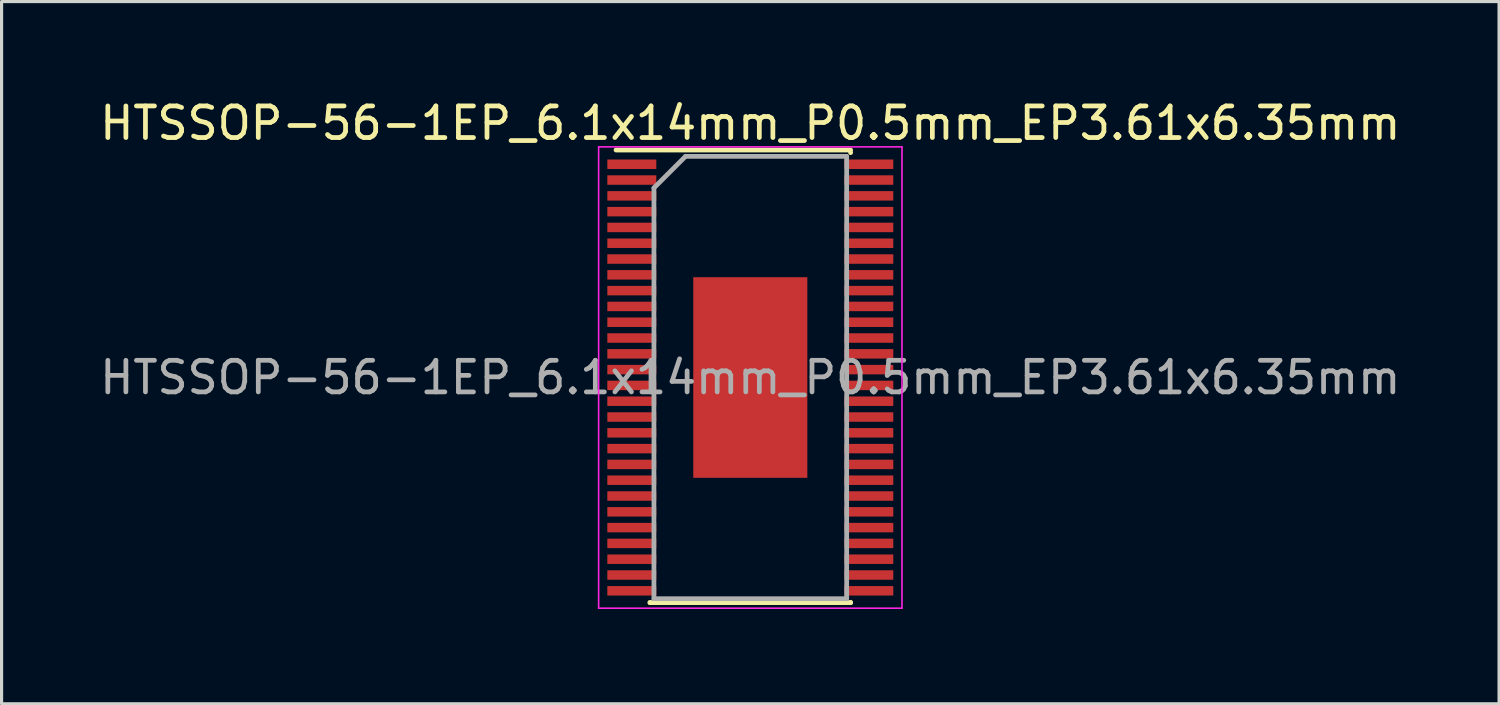
<source format=kicad_pcb>
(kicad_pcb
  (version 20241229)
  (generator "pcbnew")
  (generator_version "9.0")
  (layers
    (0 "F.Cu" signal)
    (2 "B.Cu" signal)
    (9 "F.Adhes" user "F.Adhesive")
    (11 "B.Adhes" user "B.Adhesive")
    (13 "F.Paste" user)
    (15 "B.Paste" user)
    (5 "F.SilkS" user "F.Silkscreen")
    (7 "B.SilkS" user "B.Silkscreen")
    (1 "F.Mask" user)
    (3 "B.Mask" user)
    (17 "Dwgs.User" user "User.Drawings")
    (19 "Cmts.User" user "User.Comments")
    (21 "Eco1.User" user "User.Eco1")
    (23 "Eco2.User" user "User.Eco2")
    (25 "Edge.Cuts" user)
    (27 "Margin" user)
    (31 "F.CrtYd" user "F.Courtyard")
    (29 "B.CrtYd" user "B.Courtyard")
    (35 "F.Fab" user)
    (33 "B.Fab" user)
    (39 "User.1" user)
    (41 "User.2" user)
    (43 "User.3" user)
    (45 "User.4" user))
  (footprint "HTSSOP-56-1EP_6.1x14mm_P0.5mm_EP3.61x6.35mm"
    (layer "F.Cu")
    (at 20.696 8.898)
    (property "Reference" "HTSSOP-56-1EP_6.1x14mm_P0.5mm_EP3.61x6.35mm" (at 0 -8.05 0) (layer "F.SilkS") (effects (font (size 1 1) (thickness 0.15))))
    (attr smd)
    (fp_line (start -4.25 -7.2) (end 3.175 -7.2) (stroke (width 0.15) (type solid)) (layer "F.SilkS"))
    (fp_line (start -3.175 7.125) (end -3.175 7.117) (stroke (width 0.15) (type solid)) (layer "F.SilkS"))
    (fp_line (start -3.175 7.125) (end 3.175 7.125) (stroke (width 0.15) (type solid)) (layer "F.SilkS"))
    (fp_line (start 3.175 -7.125) (end 3.175 -7.117) (stroke (width 0.15) (type solid)) (layer "F.SilkS"))
    (fp_line (start 3.175 7.125) (end 3.175 7.117) (stroke (width 0.15) (type solid)) (layer "F.SilkS"))
    (fp_line (start -4.8 -7.3) (end -4.8 7.3) (stroke (width 0.05) (type solid)) (layer "F.CrtYd"))
    (fp_line (start -4.8 -7.3) (end 4.8 -7.3) (stroke (width 0.05) (type solid)) (layer "F.CrtYd"))
    (fp_line (start -4.8 7.3) (end 4.8 7.3) (stroke (width 0.05) (type solid)) (layer "F.CrtYd"))
    (fp_line (start 4.8 -7.3) (end 4.8 7.3) (stroke (width 0.05) (type solid)) (layer "F.CrtYd"))
    (fp_line (start -3.05 -6) (end -2.05 -7) (stroke (width 0.15) (type solid)) (layer "F.Fab"))
    (fp_line (start -3.05 7) (end -3.05 -6) (stroke (width 0.15) (type solid)) (layer "F.Fab"))
    (fp_line (start -2.05 -7) (end 3.05 -7) (stroke (width 0.15) (type solid)) (layer "F.Fab"))
    (fp_line (start 3.05 -7) (end 3.05 7) (stroke (width 0.15) (type solid)) (layer "F.Fab"))
    (fp_line (start 3.05 7) (end -3.05 7) (stroke (width 0.15) (type solid)) (layer "F.Fab"))
    (fp_text user "${REFERENCE}" (at 0 0 0) (layer "F.Fab") (effects (font (size 1 1) (thickness 0.15))))
    (pad "" smd rect (at -1.203 -2.54) (size 0.96 1.03) (layers "F.Paste"))
    (pad "" smd rect (at -1.203 -1.27) (size 0.96 1.03) (layers "F.Paste"))
    (pad "" smd rect (at -1.203 0) (size 0.96 1.03) (layers "F.Paste"))
    (pad "" smd rect (at -1.203 1.27) (size 0.96 1.03) (layers "F.Paste"))
    (pad "" smd rect (at -1.203 2.54) (size 0.96 1.03) (layers "F.Paste"))
    (pad "" smd rect (at 0 -2.54) (size 0.96 1.03) (layers "F.Paste"))
    (pad "" smd rect (at 0 -1.27) (size 0.96 1.03) (layers "F.Paste"))
    (pad "" smd rect (at 0 0) (size 0.96 1.03) (layers "F.Paste"))
    (pad "" smd rect (at 0 1.27) (size 0.96 1.03) (layers "F.Paste"))
    (pad "" smd rect (at 0 2.54) (size 0.96 1.03) (layers "F.Paste"))
    (pad "" smd rect (at 1.203 -2.54) (size 0.96 1.03) (layers "F.Paste"))
    (pad "" smd rect (at 1.203 -1.27) (size 0.96 1.03) (layers "F.Paste"))
    (pad "" smd rect (at 1.203 0) (size 0.96 1.03) (layers "F.Paste"))
    (pad "" smd rect (at 1.203 1.27) (size 0.96 1.03) (layers "F.Paste"))
    (pad "" smd rect (at 1.203 2.54) (size 0.96 1.03) (layers "F.Paste"))
    (pad "1" smd rect (at -3.75 -6.75) (size 1.55 0.3) (layers "F.Cu" "F.Mask" "F.Paste"))
    (pad "2" smd rect (at -3.75 -6.25) (size 1.55 0.3) (layers "F.Cu" "F.Mask" "F.Paste"))
    (pad "3" smd rect (at -3.75 -5.75) (size 1.55 0.3) (layers "F.Cu" "F.Mask" "F.Paste"))
    (pad "4" smd rect (at -3.75 -5.25) (size 1.55 0.3) (layers "F.Cu" "F.Mask" "F.Paste"))
    (pad "5" smd rect (at -3.75 -4.75) (size 1.55 0.3) (layers "F.Cu" "F.Mask" "F.Paste"))
    (pad "6" smd rect (at -3.75 -4.25) (size 1.55 0.3) (layers "F.Cu" "F.Mask" "F.Paste"))
    (pad "7" smd rect (at -3.75 -3.75) (size 1.55 0.3) (layers "F.Cu" "F.Mask" "F.Paste"))
    (pad "8" smd rect (at -3.75 -3.25) (size 1.55 0.3) (layers "F.Cu" "F.Mask" "F.Paste"))
    (pad "9" smd rect (at -3.75 -2.75) (size 1.55 0.3) (layers "F.Cu" "F.Mask" "F.Paste"))
    (pad "10" smd rect (at -3.75 -2.25) (size 1.55 0.3) (layers "F.Cu" "F.Mask" "F.Paste"))
    (pad "11" smd rect (at -3.75 -1.75) (size 1.55 0.3) (layers "F.Cu" "F.Mask" "F.Paste"))
    (pad "12" smd rect (at -3.75 -1.25) (size 1.55 0.3) (layers "F.Cu" "F.Mask" "F.Paste"))
    (pad "13" smd rect (at -3.75 -0.75) (size 1.55 0.3) (layers "F.Cu" "F.Mask" "F.Paste"))
    (pad "14" smd rect (at -3.75 -0.25) (size 1.55 0.3) (layers "F.Cu" "F.Mask" "F.Paste"))
    (pad "15" smd rect (at -3.75 0.25) (size 1.55 0.3) (layers "F.Cu" "F.Mask" "F.Paste"))
    (pad "16" smd rect (at -3.75 0.75) (size 1.55 0.3) (layers "F.Cu" "F.Mask" "F.Paste"))
    (pad "17" smd rect (at -3.75 1.25) (size 1.55 0.3) (layers "F.Cu" "F.Mask" "F.Paste"))
    (pad "18" smd rect (at -3.75 1.75) (size 1.55 0.3) (layers "F.Cu" "F.Mask" "F.Paste"))
    (pad "19" smd rect (at -3.75 2.25) (size 1.55 0.3) (layers "F.Cu" "F.Mask" "F.Paste"))
    (pad "20" smd rect (at -3.75 2.75) (size 1.55 0.3) (layers "F.Cu" "F.Mask" "F.Paste"))
    (pad "21" smd rect (at -3.75 3.25) (size 1.55 0.3) (layers "F.Cu" "F.Mask" "F.Paste"))
    (pad "22" smd rect (at -3.75 3.75) (size 1.55 0.3) (layers "F.Cu" "F.Mask" "F.Paste"))
    (pad "23" smd rect (at -3.75 4.25) (size 1.55 0.3) (layers "F.Cu" "F.Mask" "F.Paste"))
    (pad "24" smd rect (at -3.75 4.75) (size 1.55 0.3) (layers "F.Cu" "F.Mask" "F.Paste"))
    (pad "25" smd rect (at -3.75 5.25) (size 1.55 0.3) (layers "F.Cu" "F.Mask" "F.Paste"))
    (pad "26" smd rect (at -3.75 5.75) (size 1.55 0.3) (layers "F.Cu" "F.Mask" "F.Paste"))
    (pad "27" smd rect (at -3.75 6.25) (size 1.55 0.3) (layers "F.Cu" "F.Mask" "F.Paste"))
    (pad "28" smd rect (at -3.75 6.75) (size 1.55 0.3) (layers "F.Cu" "F.Mask" "F.Paste"))
    (pad "29" smd rect (at 3.75 6.75) (size 1.55 0.3) (layers "F.Cu" "F.Mask" "F.Paste"))
    (pad "30" smd rect (at 3.75 6.25) (size 1.55 0.3) (layers "F.Cu" "F.Mask" "F.Paste"))
    (pad "31" smd rect (at 3.75 5.75) (size 1.55 0.3) (layers "F.Cu" "F.Mask" "F.Paste"))
    (pad "32" smd rect (at 3.75 5.25) (size 1.55 0.3) (layers "F.Cu" "F.Mask" "F.Paste"))
    (pad "33" smd rect (at 3.75 4.75) (size 1.55 0.3) (layers "F.Cu" "F.Mask" "F.Paste"))
    (pad "34" smd rect (at 3.75 4.25) (size 1.55 0.3) (layers "F.Cu" "F.Mask" "F.Paste"))
    (pad "35" smd rect (at 3.75 3.75) (size 1.55 0.3) (layers "F.Cu" "F.Mask" "F.Paste"))
    (pad "36" smd rect (at 3.75 3.25) (size 1.55 0.3) (layers "F.Cu" "F.Mask" "F.Paste"))
    (pad "37" smd rect (at 3.75 2.75) (size 1.55 0.3) (layers "F.Cu" "F.Mask" "F.Paste"))
    (pad "38" smd rect (at 3.75 2.25) (size 1.55 0.3) (layers "F.Cu" "F.Mask" "F.Paste"))
    (pad "39" smd rect (at 3.75 1.75) (size 1.55 0.3) (layers "F.Cu" "F.Mask" "F.Paste"))
    (pad "40" smd rect (at 3.75 1.25) (size 1.55 0.3) (layers "F.Cu" "F.Mask" "F.Paste"))
    (pad "41" smd rect (at 3.75 0.75) (size 1.55 0.3) (layers "F.Cu" "F.Mask" "F.Paste"))
    (pad "42" smd rect (at 3.75 0.25) (size 1.55 0.3) (layers "F.Cu" "F.Mask" "F.Paste"))
    (pad "43" smd rect (at 3.75 -0.25) (size 1.55 0.3) (layers "F.Cu" "F.Mask" "F.Paste"))
    (pad "44" smd rect (at 3.75 -0.75) (size 1.55 0.3) (layers "F.Cu" "F.Mask" "F.Paste"))
    (pad "45" smd rect (at 3.75 -1.25) (size 1.55 0.3) (layers "F.Cu" "F.Mask" "F.Paste"))
    (pad "46" smd rect (at 3.75 -1.75) (size 1.55 0.3) (layers "F.Cu" "F.Mask" "F.Paste"))
    (pad "47" smd rect (at 3.75 -2.25) (size 1.55 0.3) (layers "F.Cu" "F.Mask" "F.Paste"))
    (pad "48" smd rect (at 3.75 -2.75) (size 1.55 0.3) (layers "F.Cu" "F.Mask" "F.Paste"))
    (pad "49" smd rect (at 3.75 -3.25) (size 1.55 0.3) (layers "F.Cu" "F.Mask" "F.Paste"))
    (pad "50" smd rect (at 3.75 -3.75) (size 1.55 0.3) (layers "F.Cu" "F.Mask" "F.Paste"))
    (pad "51" smd rect (at 3.75 -4.25) (size 1.55 0.3) (layers "F.Cu" "F.Mask" "F.Paste"))
    (pad "52" smd rect (at 3.75 -4.75) (size 1.55 0.3) (layers "F.Cu" "F.Mask" "F.Paste"))
    (pad "53" smd rect (at 3.75 -5.25) (size 1.55 0.3) (layers "F.Cu" "F.Mask" "F.Paste"))
    (pad "54" smd rect (at 3.75 -5.75) (size 1.55 0.3) (layers "F.Cu" "F.Mask" "F.Paste"))
    (pad "55" smd rect (at 3.75 -6.25) (size 1.55 0.3) (layers "F.Cu" "F.Mask" "F.Paste"))
    (pad "56" smd rect (at 3.75 -6.75) (size 1.55 0.3) (layers "F.Cu" "F.Mask" "F.Paste"))
    (pad "57" smd rect (at 0 0) (size 3.61 6.35) (layers "F.Cu" "F.Mask")))
  (gr_rect
    (start -3 -3)
    (end 44.393 19.223)
    (stroke (width 0.1) (type default))
    (fill no)
    (layer "Edge.Cuts")))
</source>
